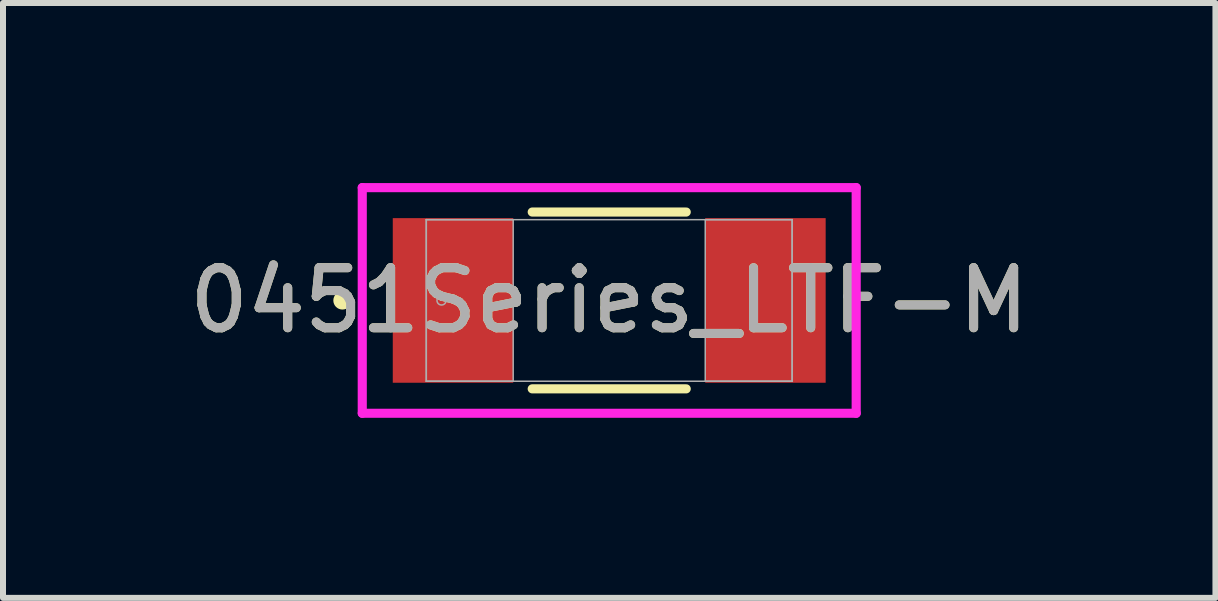
<source format=kicad_pcb>
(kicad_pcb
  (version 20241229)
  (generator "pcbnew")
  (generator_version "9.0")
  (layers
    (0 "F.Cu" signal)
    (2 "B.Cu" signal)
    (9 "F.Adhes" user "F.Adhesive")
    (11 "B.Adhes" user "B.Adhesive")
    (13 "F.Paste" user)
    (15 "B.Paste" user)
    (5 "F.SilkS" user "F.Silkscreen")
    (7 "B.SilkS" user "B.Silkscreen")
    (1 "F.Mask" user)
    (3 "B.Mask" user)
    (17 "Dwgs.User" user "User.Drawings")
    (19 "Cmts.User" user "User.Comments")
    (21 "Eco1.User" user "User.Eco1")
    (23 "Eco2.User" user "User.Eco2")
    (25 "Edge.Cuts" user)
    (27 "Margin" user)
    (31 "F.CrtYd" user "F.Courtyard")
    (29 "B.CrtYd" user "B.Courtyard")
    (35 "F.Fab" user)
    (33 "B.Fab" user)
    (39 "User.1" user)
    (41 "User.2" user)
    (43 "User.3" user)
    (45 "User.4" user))
  (footprint "0451Series_LTF-M"
    (layer "F.Cu")
    (at 7.101 1.956)
    (property "Reference" "0451Series_LTF-M" (at 0 0 0) (unlocked yes) (layer "F.SilkS") (effects (font (size 1 1) (thickness 0.15))))
    (attr smd)
    (fp_line (start -1.283 1.473) (end 1.283 1.473) (stroke (width 0.152) (type solid)) (layer "F.SilkS"))
    (fp_line (start 1.283 -1.473) (end -1.283 -1.473) (stroke (width 0.152) (type solid)) (layer "F.SilkS"))
    (fp_circle (center -4.445 0) (end -4.369 0) (stroke (width 0.152) (type solid)) (fill no) (layer "F.SilkS"))
    (fp_line (start -4.115 -1.88) (end 4.115 -1.88) (stroke (width 0.152) (type solid)) (layer "F.CrtYd"))
    (fp_line (start -4.115 1.88) (end -4.115 -1.88) (stroke (width 0.152) (type solid)) (layer "F.CrtYd"))
    (fp_line (start 4.115 -1.88) (end 4.115 1.88) (stroke (width 0.152) (type solid)) (layer "F.CrtYd"))
    (fp_line (start 4.115 1.88) (end -4.115 1.88) (stroke (width 0.152) (type solid)) (layer "F.CrtYd"))
    (fp_line (start -3.048 -1.346) (end -3.048 1.346) (stroke (width 0.025) (type solid)) (layer "F.Fab"))
    (fp_line (start -3.048 -1.346) (end -3.048 1.346) (stroke (width 0.025) (type solid)) (layer "F.Fab"))
    (fp_line (start -3.048 1.346) (end -1.6 1.346) (stroke (width 0.025) (type solid)) (layer "F.Fab"))
    (fp_line (start -3.048 1.346) (end 3.048 1.346) (stroke (width 0.025) (type solid)) (layer "F.Fab"))
    (fp_line (start -1.6 -1.346) (end -3.048 -1.346) (stroke (width 0.025) (type solid)) (layer "F.Fab"))
    (fp_line (start -1.6 1.346) (end -1.6 -1.346) (stroke (width 0.025) (type solid)) (layer "F.Fab"))
    (fp_line (start 1.6 -1.346) (end 1.6 1.346) (stroke (width 0.025) (type solid)) (layer "F.Fab"))
    (fp_line (start 1.6 1.346) (end 3.048 1.346) (stroke (width 0.025) (type solid)) (layer "F.Fab"))
    (fp_line (start 3.048 -1.346) (end -3.048 -1.346) (stroke (width 0.025) (type solid)) (layer "F.Fab"))
    (fp_line (start 3.048 -1.346) (end 1.6 -1.346) (stroke (width 0.025) (type solid)) (layer "F.Fab"))
    (fp_line (start 3.048 1.346) (end 3.048 -1.346) (stroke (width 0.025) (type solid)) (layer "F.Fab"))
    (fp_line (start 3.048 1.346) (end 3.048 -1.346) (stroke (width 0.025) (type solid)) (layer "F.Fab"))
    (fp_circle (center -2.794 0) (end -2.718 0) (stroke (width 0.025) (type solid)) (fill no) (layer "F.Fab"))
    (fp_text user "${REFERENCE}" (at 0 0 0) (unlocked yes) (layer "F.Fab") (effects (font (size 1 1) (thickness 0.15))))
    (pad "1" smd rect (at -2.603 0) (size 2.007 2.743) (layers "F.Cu" "F.Mask" "F.Paste"))
    (pad "2" smd rect (at 2.603 0) (size 2.007 2.743) (layers "F.Cu" "F.Mask" "F.Paste"))
    (zone (net_name "") (layer "F.Cu") (hatch full 0.508) (connect_pads) (min_thickness 0.254) (filled_areas_thickness no) (keepout (tracks not_allowed) (vias not_allowed) (pads allowed) (copperpour not_allowed) (footprints allowed)) (placement (enabled no)) (fill) (polygon (pts (xy 5.552 0.66) (xy 8.651 0.66) (xy 8.651 3.251) (xy 5.552 3.251)))))
  (gr_rect
    (start -3 -3)
    (end 17.202 6.912)
    (stroke (width 0.1) (type default))
    (fill no)
    (layer "Edge.Cuts")))
</source>
